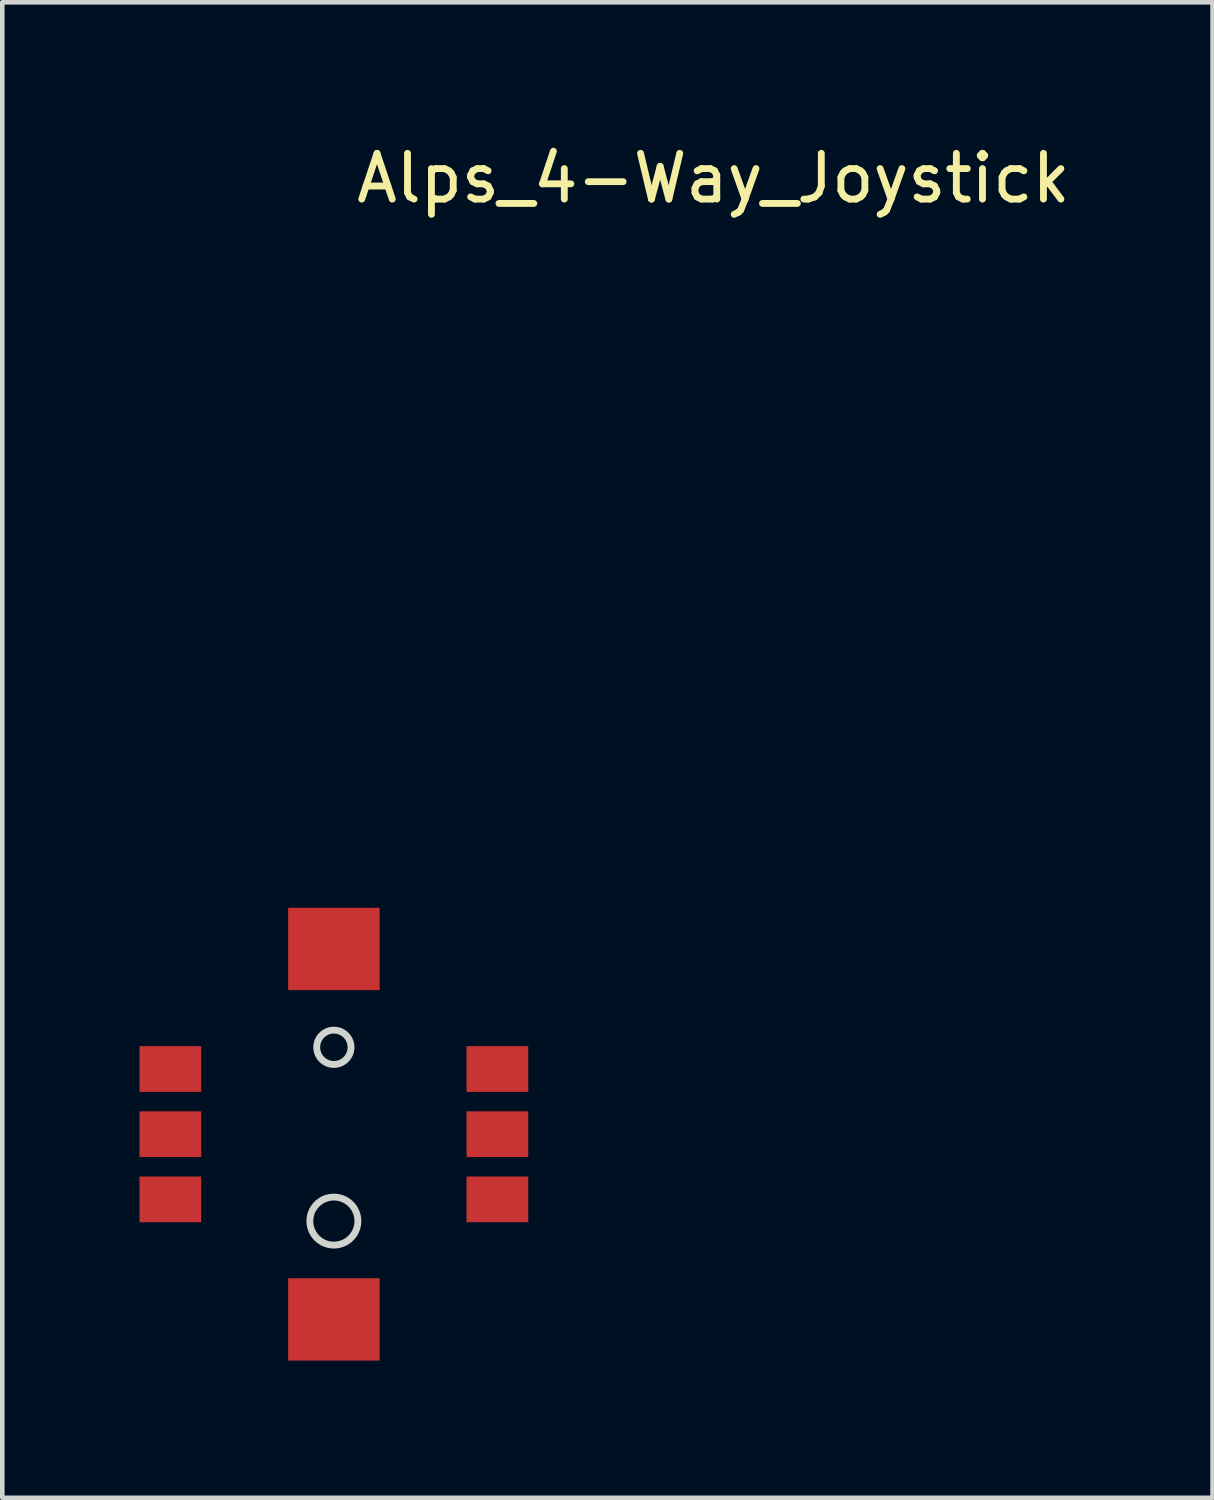
<source format=kicad_pcb>
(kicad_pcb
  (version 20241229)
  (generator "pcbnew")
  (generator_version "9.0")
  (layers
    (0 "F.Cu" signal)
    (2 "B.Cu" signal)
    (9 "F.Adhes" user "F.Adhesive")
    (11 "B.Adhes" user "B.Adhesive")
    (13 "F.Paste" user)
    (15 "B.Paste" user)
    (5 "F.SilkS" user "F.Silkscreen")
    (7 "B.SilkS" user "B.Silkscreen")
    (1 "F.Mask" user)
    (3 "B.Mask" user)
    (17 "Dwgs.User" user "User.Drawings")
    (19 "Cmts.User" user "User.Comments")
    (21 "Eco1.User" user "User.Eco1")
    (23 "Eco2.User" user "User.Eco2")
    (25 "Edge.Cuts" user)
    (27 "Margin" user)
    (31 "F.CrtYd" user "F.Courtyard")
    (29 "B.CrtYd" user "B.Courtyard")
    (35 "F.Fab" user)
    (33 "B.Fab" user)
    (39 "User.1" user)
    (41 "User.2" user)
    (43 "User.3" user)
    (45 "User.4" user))
  (footprint "Alps_4-Way_Joystick"
    (layer "F.Cu")
    (at 4.25 21.748)
    (property "Reference" "Alps_4-Way_Joystick" (at 8.3 -20.9 0) (layer "F.SilkS") (effects (font (size 1 1) (thickness 0.15))))
    (attr through_hole)
    (fp_circle (center 0 -1.9) (end 0.375 -1.9) (stroke (width 0.15) (type solid)) (fill no) (layer "Edge.Cuts"))
    (fp_circle (center 0 1.9) (end 0.525 1.9) (stroke (width 0.15) (type solid)) (fill no) (layer "Edge.Cuts"))
    (pad "" smd rect (at 0 -4.05) (size 2 1.8) (layers "F.Cu" "F.Mask" "F.Paste"))
    (pad "" smd rect (at 0 4.05 180) (size 2 1.8) (layers "F.Cu" "F.Mask" "F.Paste"))
    (pad "1" smd rect (at -3.575 -1.425) (size 1.35 1) (layers "F.Cu" "F.Mask" "F.Paste"))
    (pad "2" smd rect (at -3.575 0) (size 1.35 1) (layers "F.Cu" "F.Mask" "F.Paste"))
    (pad "3" smd rect (at -3.575 1.425) (size 1.35 1) (layers "F.Cu" "F.Mask" "F.Paste"))
    (pad "4" smd rect (at 3.575 -1.425 180) (size 1.35 1) (layers "F.Cu" "F.Mask" "F.Paste"))
    (pad "5" smd rect (at 3.575 0 180) (size 1.35 1) (layers "F.Cu" "F.Mask" "F.Paste"))
    (pad "6" smd rect (at 3.575 1.425 180) (size 1.35 1) (layers "F.Cu" "F.Mask" "F.Paste")))
  (gr_rect
    (start -3 -3)
    (end 23.461 29.698)
    (stroke (width 0.1) (type default))
    (fill no)
    (layer "Edge.Cuts")))
</source>
